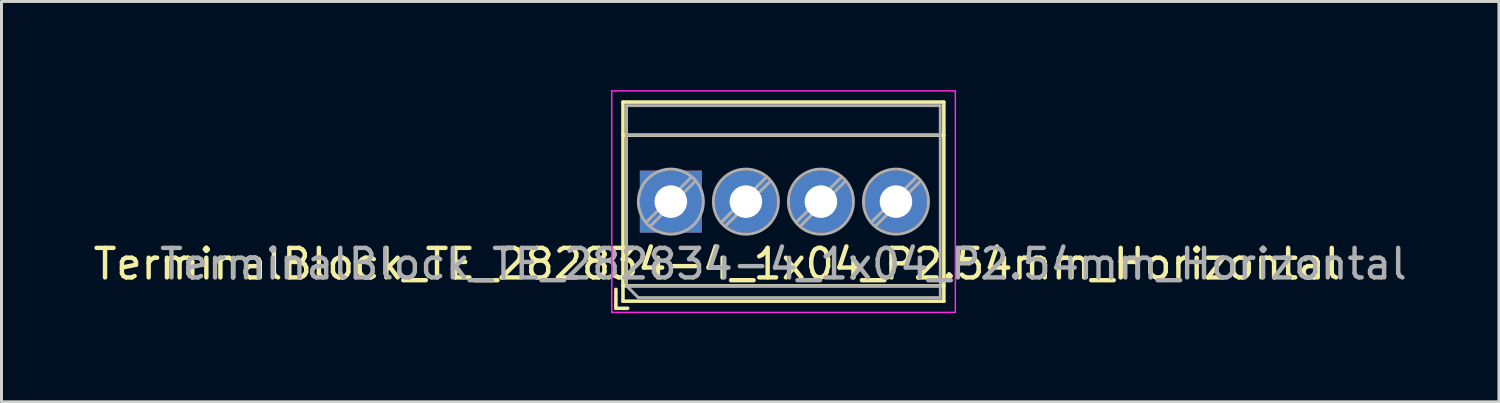
<source format=kicad_pcb>
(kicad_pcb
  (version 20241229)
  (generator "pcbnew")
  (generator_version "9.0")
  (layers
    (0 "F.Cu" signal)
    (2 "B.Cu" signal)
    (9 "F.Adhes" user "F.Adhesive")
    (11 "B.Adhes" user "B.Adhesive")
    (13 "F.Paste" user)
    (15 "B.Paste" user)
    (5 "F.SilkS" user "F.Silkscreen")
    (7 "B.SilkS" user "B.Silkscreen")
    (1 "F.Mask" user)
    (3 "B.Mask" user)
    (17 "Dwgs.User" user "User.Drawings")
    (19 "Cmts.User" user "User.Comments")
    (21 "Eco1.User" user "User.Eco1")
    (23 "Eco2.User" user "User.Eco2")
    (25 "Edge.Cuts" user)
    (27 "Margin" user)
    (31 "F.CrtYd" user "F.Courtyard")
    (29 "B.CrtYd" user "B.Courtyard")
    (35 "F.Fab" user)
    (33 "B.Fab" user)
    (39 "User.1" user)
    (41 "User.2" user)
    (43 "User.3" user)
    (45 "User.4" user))
  (footprint "TerminalBlock_TE_282834-4_1x04_P2.54mm_Horizontal"
    (layer "F.Cu")
    (at 19.658 3.775)
    (property "Reference" "TerminalBlock_TE_282834-4_1x04_P2.54mm_Horizontal" (at 1.562 2.11 0) (layer "F.SilkS") (effects (font (size 1 1) (thickness 0.15))))
    (attr through_hole)
    (fp_line (start -1.86 2.97) (end -1.86 3.61) (stroke (width 0.12) (type solid)) (layer "F.SilkS"))
    (fp_line (start -1.86 3.61) (end -1.46 3.61) (stroke (width 0.12) (type solid)) (layer "F.SilkS"))
    (fp_line (start -1.62 -3.37) (end -1.62 3.37) (stroke (width 0.12) (type solid)) (layer "F.SilkS"))
    (fp_line (start -1.62 -3.37) (end 9.241 -3.37) (stroke (width 0.12) (type solid)) (layer "F.SilkS"))
    (fp_line (start -1.62 -2.25) (end 9.241 -2.25) (stroke (width 0.12) (type solid)) (layer "F.SilkS"))
    (fp_line (start -1.62 2.85) (end 9.241 2.85) (stroke (width 0.12) (type solid)) (layer "F.SilkS"))
    (fp_line (start -1.62 3.37) (end 9.241 3.37) (stroke (width 0.12) (type solid)) (layer "F.SilkS"))
    (fp_line (start 9.241 -3.37) (end 9.241 3.37) (stroke (width 0.12) (type solid)) (layer "F.SilkS"))
    (fp_line (start -2 -3.75) (end -2 3.75) (stroke (width 0.05) (type solid)) (layer "F.CrtYd"))
    (fp_line (start -2 3.75) (end 9.63 3.75) (stroke (width 0.05) (type solid)) (layer "F.CrtYd"))
    (fp_line (start 9.63 -3.75) (end -2 -3.75) (stroke (width 0.05) (type solid)) (layer "F.CrtYd"))
    (fp_line (start 9.63 3.75) (end 9.63 -3.75) (stroke (width 0.05) (type solid)) (layer "F.CrtYd"))
    (fp_line (start -1.5 -3.25) (end 9.12 -3.25) (stroke (width 0.1) (type solid)) (layer "F.Fab"))
    (fp_line (start -1.5 -2.25) (end 9.12 -2.25) (stroke (width 0.1) (type solid)) (layer "F.Fab"))
    (fp_line (start -1.5 2.85) (end -1.5 -3.25) (stroke (width 0.1) (type solid)) (layer "F.Fab"))
    (fp_line (start -1.5 2.85) (end 9.12 2.85) (stroke (width 0.1) (type solid)) (layer "F.Fab"))
    (fp_line (start -1.1 3.25) (end -1.5 2.85) (stroke (width 0.1) (type solid)) (layer "F.Fab"))
    (fp_line (start 0.701 -0.835) (end -0.835 0.7) (stroke (width 0.1) (type solid)) (layer "F.Fab"))
    (fp_line (start 0.835 -0.7) (end -0.701 0.835) (stroke (width 0.1) (type solid)) (layer "F.Fab"))
    (fp_line (start 3.241 -0.835) (end 1.706 0.7) (stroke (width 0.1) (type solid)) (layer "F.Fab"))
    (fp_line (start 3.375 -0.7) (end 1.84 0.835) (stroke (width 0.1) (type solid)) (layer "F.Fab"))
    (fp_line (start 5.781 -0.835) (end 4.246 0.7) (stroke (width 0.1) (type solid)) (layer "F.Fab"))
    (fp_line (start 5.915 -0.7) (end 4.38 0.835) (stroke (width 0.1) (type solid)) (layer "F.Fab"))
    (fp_line (start 8.321 -0.835) (end 6.786 0.7) (stroke (width 0.1) (type solid)) (layer "F.Fab"))
    (fp_line (start 8.455 -0.7) (end 6.92 0.835) (stroke (width 0.1) (type solid)) (layer "F.Fab"))
    (fp_line (start 9.12 -3.25) (end 9.12 3.25) (stroke (width 0.1) (type solid)) (layer "F.Fab"))
    (fp_line (start 9.12 3.25) (end -1.1 3.25) (stroke (width 0.1) (type solid)) (layer "F.Fab"))
    (fp_circle (center 0 0) (end 1.1 0) (stroke (width 0.1) (type solid)) (fill no) (layer "F.Fab"))
    (fp_circle (center 2.54 0) (end 3.64 0) (stroke (width 0.1) (type solid)) (fill no) (layer "F.Fab"))
    (fp_circle (center 5.08 0) (end 6.18 0) (stroke (width 0.1) (type solid)) (fill no) (layer "F.Fab"))
    (fp_circle (center 7.62 0) (end 8.72 0) (stroke (width 0.1) (type solid)) (fill no) (layer "F.Fab"))
    (fp_text user "${REFERENCE}" (at 3.81 2.11 0) (layer "F.Fab") (effects (font (size 1 1) (thickness 0.15))))
    (pad "1" thru_hole rect (at 0 0) (size 2.1 2.1) (drill 1.1) (layers "*.Cu" "*.Mask"))
    (pad "2" thru_hole circle (at 2.54 0) (size 2.1 2.1) (drill 1.1) (layers "*.Cu" "*.Mask"))
    (pad "3" thru_hole circle (at 5.08 0) (size 2.1 2.1) (drill 1.1) (layers "*.Cu" "*.Mask"))
    (pad "4" thru_hole circle (at 7.62 0) (size 2.1 2.1) (drill 1.1) (layers "*.Cu" "*.Mask")))
  (gr_rect
    (start -3 -3)
    (end 47.688 10.55)
    (stroke (width 0.1) (type default))
    (fill no)
    (layer "Edge.Cuts")))
</source>
